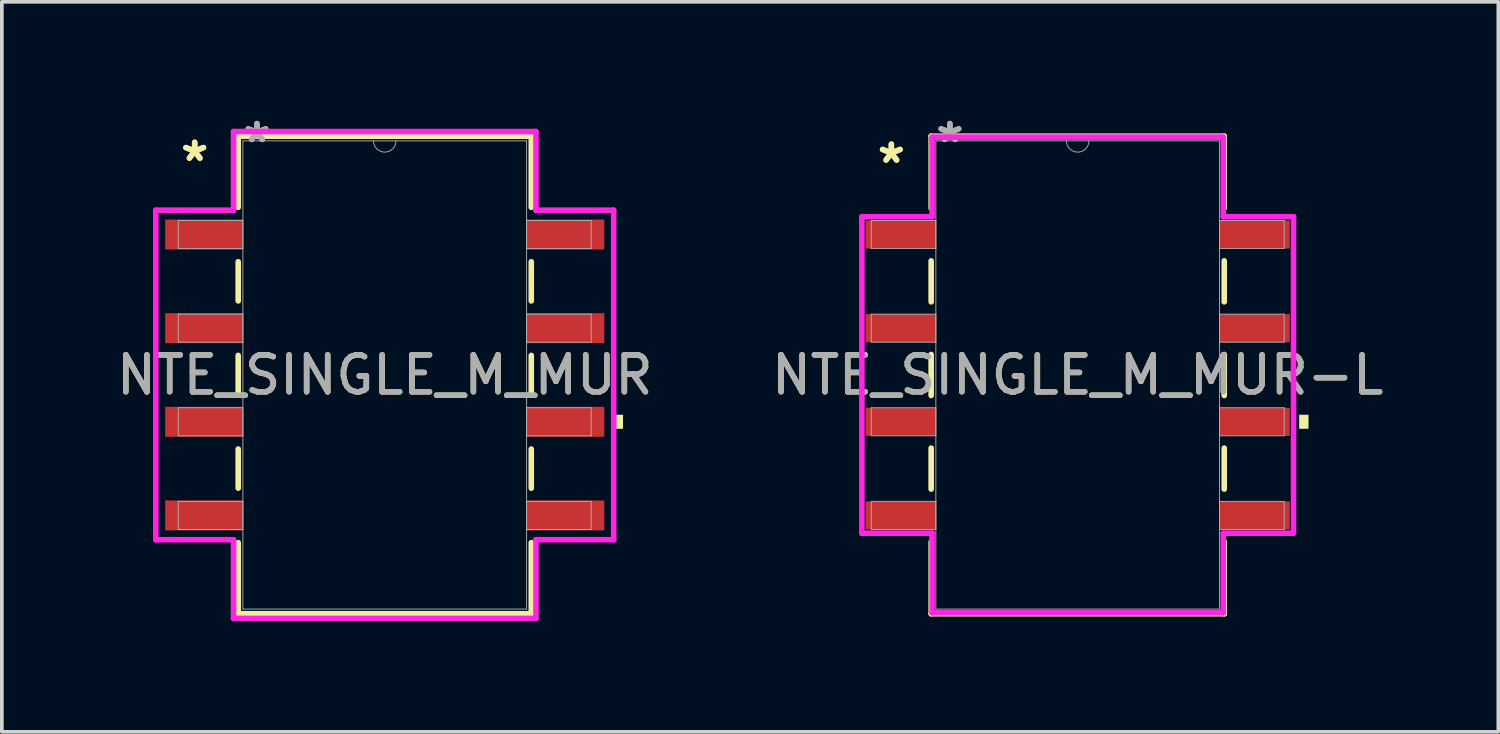
<source format=kicad_pcb>
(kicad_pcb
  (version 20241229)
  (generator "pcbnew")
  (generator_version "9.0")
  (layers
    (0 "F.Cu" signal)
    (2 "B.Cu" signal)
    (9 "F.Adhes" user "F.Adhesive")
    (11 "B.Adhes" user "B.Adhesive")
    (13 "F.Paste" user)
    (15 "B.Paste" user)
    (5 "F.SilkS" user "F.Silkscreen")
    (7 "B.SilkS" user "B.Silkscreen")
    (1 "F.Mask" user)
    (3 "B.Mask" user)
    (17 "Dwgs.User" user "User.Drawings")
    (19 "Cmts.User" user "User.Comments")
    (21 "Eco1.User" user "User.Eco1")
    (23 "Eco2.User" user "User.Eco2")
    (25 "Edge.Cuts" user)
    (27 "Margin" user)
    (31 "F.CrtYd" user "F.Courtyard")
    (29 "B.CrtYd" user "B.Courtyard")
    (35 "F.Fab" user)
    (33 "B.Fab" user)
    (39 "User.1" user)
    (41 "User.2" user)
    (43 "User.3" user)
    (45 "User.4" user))
  (footprint "NTE_SINGLE_M_MUR-L"
    (layer "F.Cu")
    (at 26.185 7.122)
    (property "Reference" "NTE_SINGLE_M_MUR-L" (at 0 0 0) (unlocked yes) (layer "F.SilkS") (effects (font (size 1 1) (thickness 0.15))))
    (attr smd)
    (fp_line (start -3.975 -6.477) (end -3.975 -4.524) (stroke (width 0.152) (type solid)) (layer "F.SilkS"))
    (fp_line (start -3.975 -3.096) (end -3.975 -1.984) (stroke (width 0.152) (type solid)) (layer "F.SilkS"))
    (fp_line (start -3.975 -0.556) (end -3.975 0.556) (stroke (width 0.152) (type solid)) (layer "F.SilkS"))
    (fp_line (start -3.975 1.984) (end -3.975 3.096) (stroke (width 0.152) (type solid)) (layer "F.SilkS"))
    (fp_line (start -3.975 4.524) (end -3.975 6.477) (stroke (width 0.152) (type solid)) (layer "F.SilkS"))
    (fp_line (start -3.975 6.477) (end 3.975 6.477) (stroke (width 0.152) (type solid)) (layer "F.SilkS"))
    (fp_line (start 3.975 -6.477) (end -3.975 -6.477) (stroke (width 0.152) (type solid)) (layer "F.SilkS"))
    (fp_line (start 3.975 -4.524) (end 3.975 -6.477) (stroke (width 0.152) (type solid)) (layer "F.SilkS"))
    (fp_line (start 3.975 -1.984) (end 3.975 -3.096) (stroke (width 0.152) (type solid)) (layer "F.SilkS"))
    (fp_line (start 3.975 0.556) (end 3.975 -0.556) (stroke (width 0.152) (type solid)) (layer "F.SilkS"))
    (fp_line (start 3.975 3.096) (end 3.975 1.984) (stroke (width 0.152) (type solid)) (layer "F.SilkS"))
    (fp_line (start 3.975 6.477) (end 3.975 4.524) (stroke (width 0.152) (type solid)) (layer "F.SilkS"))
    (fp_poly (pts (xy 6.261 1.079) (xy 6.261 1.46) (xy 6.007 1.46) (xy 6.007 1.079)) (stroke (width 0) (type solid)) (fill yes) (layer "F.SilkS"))
    (fp_line (start -5.855 -4.293) (end -3.95 -4.293) (stroke (width 0.152) (type solid)) (layer "F.CrtYd"))
    (fp_line (start -5.855 4.293) (end -5.855 -4.293) (stroke (width 0.152) (type solid)) (layer "F.CrtYd"))
    (fp_line (start -5.855 4.293) (end -3.95 4.293) (stroke (width 0.152) (type solid)) (layer "F.CrtYd"))
    (fp_line (start -3.95 -6.452) (end 3.95 -6.452) (stroke (width 0.152) (type solid)) (layer "F.CrtYd"))
    (fp_line (start -3.95 -4.293) (end -3.95 -6.452) (stroke (width 0.152) (type solid)) (layer "F.CrtYd"))
    (fp_line (start -3.95 6.452) (end -3.95 4.293) (stroke (width 0.152) (type solid)) (layer "F.CrtYd"))
    (fp_line (start 3.95 -6.452) (end 3.95 -4.293) (stroke (width 0.152) (type solid)) (layer "F.CrtYd"))
    (fp_line (start 3.95 4.293) (end 3.95 6.452) (stroke (width 0.152) (type solid)) (layer "F.CrtYd"))
    (fp_line (start 3.95 6.452) (end -3.95 6.452) (stroke (width 0.152) (type solid)) (layer "F.CrtYd"))
    (fp_line (start 5.855 -4.293) (end 3.95 -4.293) (stroke (width 0.152) (type solid)) (layer "F.CrtYd"))
    (fp_line (start 5.855 -4.293) (end 5.855 4.293) (stroke (width 0.152) (type solid)) (layer "F.CrtYd"))
    (fp_line (start 5.855 4.293) (end 3.95 4.293) (stroke (width 0.152) (type solid)) (layer "F.CrtYd"))
    (fp_line (start -5.601 -4.191) (end -5.601 -3.429) (stroke (width 0.025) (type solid)) (layer "F.Fab"))
    (fp_line (start -5.601 -3.429) (end -3.848 -3.429) (stroke (width 0.025) (type solid)) (layer "F.Fab"))
    (fp_line (start -5.601 -1.651) (end -5.601 -0.889) (stroke (width 0.025) (type solid)) (layer "F.Fab"))
    (fp_line (start -5.601 -0.889) (end -3.848 -0.889) (stroke (width 0.025) (type solid)) (layer "F.Fab"))
    (fp_line (start -5.601 0.889) (end -5.601 1.651) (stroke (width 0.025) (type solid)) (layer "F.Fab"))
    (fp_line (start -5.601 1.651) (end -3.848 1.651) (stroke (width 0.025) (type solid)) (layer "F.Fab"))
    (fp_line (start -5.601 3.429) (end -5.601 4.191) (stroke (width 0.025) (type solid)) (layer "F.Fab"))
    (fp_line (start -5.601 4.191) (end -3.848 4.191) (stroke (width 0.025) (type solid)) (layer "F.Fab"))
    (fp_line (start -3.848 -6.35) (end -3.848 6.35) (stroke (width 0.025) (type solid)) (layer "F.Fab"))
    (fp_line (start -3.848 -4.191) (end -5.601 -4.191) (stroke (width 0.025) (type solid)) (layer "F.Fab"))
    (fp_line (start -3.848 -3.429) (end -3.848 -4.191) (stroke (width 0.025) (type solid)) (layer "F.Fab"))
    (fp_line (start -3.848 -1.651) (end -5.601 -1.651) (stroke (width 0.025) (type solid)) (layer "F.Fab"))
    (fp_line (start -3.848 -0.889) (end -3.848 -1.651) (stroke (width 0.025) (type solid)) (layer "F.Fab"))
    (fp_line (start -3.848 0.889) (end -5.601 0.889) (stroke (width 0.025) (type solid)) (layer "F.Fab"))
    (fp_line (start -3.848 1.651) (end -3.848 0.889) (stroke (width 0.025) (type solid)) (layer "F.Fab"))
    (fp_line (start -3.848 3.429) (end -5.601 3.429) (stroke (width 0.025) (type solid)) (layer "F.Fab"))
    (fp_line (start -3.848 4.191) (end -3.848 3.429) (stroke (width 0.025) (type solid)) (layer "F.Fab"))
    (fp_line (start -3.848 6.35) (end 3.848 6.35) (stroke (width 0.025) (type solid)) (layer "F.Fab"))
    (fp_line (start 3.848 -6.35) (end -3.848 -6.35) (stroke (width 0.025) (type solid)) (layer "F.Fab"))
    (fp_line (start 3.848 -4.191) (end 3.848 -3.429) (stroke (width 0.025) (type solid)) (layer "F.Fab"))
    (fp_line (start 3.848 -3.429) (end 5.601 -3.429) (stroke (width 0.025) (type solid)) (layer "F.Fab"))
    (fp_line (start 3.848 -1.651) (end 3.848 -0.889) (stroke (width 0.025) (type solid)) (layer "F.Fab"))
    (fp_line (start 3.848 -0.889) (end 5.601 -0.889) (stroke (width 0.025) (type solid)) (layer "F.Fab"))
    (fp_line (start 3.848 0.889) (end 3.848 1.651) (stroke (width 0.025) (type solid)) (layer "F.Fab"))
    (fp_line (start 3.848 1.651) (end 5.601 1.651) (stroke (width 0.025) (type solid)) (layer "F.Fab"))
    (fp_line (start 3.848 3.429) (end 3.848 4.191) (stroke (width 0.025) (type solid)) (layer "F.Fab"))
    (fp_line (start 3.848 4.191) (end 5.601 4.191) (stroke (width 0.025) (type solid)) (layer "F.Fab"))
    (fp_line (start 3.848 6.35) (end 3.848 -6.35) (stroke (width 0.025) (type solid)) (layer "F.Fab"))
    (fp_line (start 5.601 -4.191) (end 3.848 -4.191) (stroke (width 0.025) (type solid)) (layer "F.Fab"))
    (fp_line (start 5.601 -3.429) (end 5.601 -4.191) (stroke (width 0.025) (type solid)) (layer "F.Fab"))
    (fp_line (start 5.601 -1.651) (end 3.848 -1.651) (stroke (width 0.025) (type solid)) (layer "F.Fab"))
    (fp_line (start 5.601 -0.889) (end 5.601 -1.651) (stroke (width 0.025) (type solid)) (layer "F.Fab"))
    (fp_line (start 5.601 0.889) (end 3.848 0.889) (stroke (width 0.025) (type solid)) (layer "F.Fab"))
    (fp_line (start 5.601 1.651) (end 5.601 0.889) (stroke (width 0.025) (type solid)) (layer "F.Fab"))
    (fp_line (start 5.601 3.429) (end 3.848 3.429) (stroke (width 0.025) (type solid)) (layer "F.Fab"))
    (fp_line (start 5.601 4.191) (end 5.601 3.429) (stroke (width 0.025) (type solid)) (layer "F.Fab"))
    (fp_arc (start 0.3048 -6.35) (mid 0 -6.0452) (end -0.3048 -6.35) (stroke (width 0.0254) (type solid)) (layer "F.Fab"))
    (fp_text user "*" (at -5.055 -5.715 0) (layer "F.SilkS") (effects (font (size 1 1) (thickness 0.15))))
    (fp_text user "*" (at -5.055 -5.715 0) (unlocked yes) (layer "F.SilkS") (effects (font (size 1 1) (thickness 0.15))))
    (fp_text user "*" (at -3.467 -6.274 0) (unlocked yes) (layer "F.Fab") (effects (font (size 1 1) (thickness 0.15))))
    (fp_text user "*" (at -3.467 -6.274 0) (layer "F.Fab") (effects (font (size 1 1) (thickness 0.15))))
    (fp_text user "${REFERENCE}" (at 0 0 0) (unlocked yes) (layer "F.Fab") (effects (font (size 1 1) (thickness 0.15))))
    (pad "1" smd rect (at -4.801 -3.81) (size 1.905 0.762) (layers "F.Cu" "F.Mask" "F.Paste"))
    (pad "3" smd rect (at -4.801 -1.27) (size 1.905 0.762) (layers "F.Cu" "F.Mask" "F.Paste"))
    (pad "5" smd rect (at -4.801 1.27) (size 1.905 0.762) (layers "F.Cu" "F.Mask" "F.Paste"))
    (pad "7" smd rect (at -4.801 3.81) (size 1.905 0.762) (layers "F.Cu" "F.Mask" "F.Paste"))
    (pad "8" smd rect (at 4.801 3.81) (size 1.905 0.762) (layers "F.Cu" "F.Mask" "F.Paste"))
    (pad "10" smd rect (at 4.801 1.27) (size 1.905 0.762) (layers "F.Cu" "F.Mask" "F.Paste"))
    (pad "12" smd rect (at 4.801 -1.27) (size 1.905 0.762) (layers "F.Cu" "F.Mask" "F.Paste"))
    (pad "14" smd rect (at 4.801 -3.81) (size 1.905 0.762) (layers "F.Cu" "F.Mask" "F.Paste")))
  (footprint "NTE_SINGLE_M_MUR"
    (layer "F.Cu")
    (at 7.387 7.122)
    (property "Reference" "NTE_SINGLE_M_MUR" (at 0 0 0) (unlocked yes) (layer "F.SilkS") (effects (font (size 1 1) (thickness 0.15))))
    (attr smd)
    (fp_line (start -3.975 -6.477) (end -3.975 -4.549) (stroke (width 0.152) (type solid)) (layer "F.SilkS"))
    (fp_line (start -3.975 -3.071) (end -3.975 -2.009) (stroke (width 0.152) (type solid)) (layer "F.SilkS"))
    (fp_line (start -3.975 -0.531) (end -3.975 0.531) (stroke (width 0.152) (type solid)) (layer "F.SilkS"))
    (fp_line (start -3.975 2.009) (end -3.975 3.071) (stroke (width 0.152) (type solid)) (layer "F.SilkS"))
    (fp_line (start -3.975 4.549) (end -3.975 6.477) (stroke (width 0.152) (type solid)) (layer "F.SilkS"))
    (fp_line (start -3.975 6.477) (end 3.975 6.477) (stroke (width 0.152) (type solid)) (layer "F.SilkS"))
    (fp_line (start 3.975 -6.477) (end -3.975 -6.477) (stroke (width 0.152) (type solid)) (layer "F.SilkS"))
    (fp_line (start 3.975 -4.549) (end 3.975 -6.477) (stroke (width 0.152) (type solid)) (layer "F.SilkS"))
    (fp_line (start 3.975 -2.009) (end 3.975 -3.071) (stroke (width 0.152) (type solid)) (layer "F.SilkS"))
    (fp_line (start 3.975 0.531) (end 3.975 -0.531) (stroke (width 0.152) (type solid)) (layer "F.SilkS"))
    (fp_line (start 3.975 3.071) (end 3.975 2.009) (stroke (width 0.152) (type solid)) (layer "F.SilkS"))
    (fp_line (start 3.975 6.477) (end 3.975 4.549) (stroke (width 0.152) (type solid)) (layer "F.SilkS"))
    (fp_poly (pts (xy 6.464 1.079) (xy 6.464 1.46) (xy 6.21 1.46) (xy 6.21 1.079)) (stroke (width 0) (type solid)) (fill yes) (layer "F.SilkS"))
    (fp_line (start -6.21 -4.47) (end -4.102 -4.47) (stroke (width 0.152) (type solid)) (layer "F.CrtYd"))
    (fp_line (start -6.21 4.47) (end -6.21 -4.47) (stroke (width 0.152) (type solid)) (layer "F.CrtYd"))
    (fp_line (start -6.21 4.47) (end -4.102 4.47) (stroke (width 0.152) (type solid)) (layer "F.CrtYd"))
    (fp_line (start -4.102 -6.604) (end 4.102 -6.604) (stroke (width 0.152) (type solid)) (layer "F.CrtYd"))
    (fp_line (start -4.102 -4.47) (end -4.102 -6.604) (stroke (width 0.152) (type solid)) (layer "F.CrtYd"))
    (fp_line (start -4.102 6.604) (end -4.102 4.47) (stroke (width 0.152) (type solid)) (layer "F.CrtYd"))
    (fp_line (start 4.102 -6.604) (end 4.102 -4.47) (stroke (width 0.152) (type solid)) (layer "F.CrtYd"))
    (fp_line (start 4.102 4.47) (end 4.102 6.604) (stroke (width 0.152) (type solid)) (layer "F.CrtYd"))
    (fp_line (start 4.102 6.604) (end -4.102 6.604) (stroke (width 0.152) (type solid)) (layer "F.CrtYd"))
    (fp_line (start 6.21 -4.47) (end 4.102 -4.47) (stroke (width 0.152) (type solid)) (layer "F.CrtYd"))
    (fp_line (start 6.21 -4.47) (end 6.21 4.47) (stroke (width 0.152) (type solid)) (layer "F.CrtYd"))
    (fp_line (start 6.21 4.47) (end 4.102 4.47) (stroke (width 0.152) (type solid)) (layer "F.CrtYd"))
    (fp_line (start -5.601 -4.191) (end -5.601 -3.429) (stroke (width 0.025) (type solid)) (layer "F.Fab"))
    (fp_line (start -5.601 -3.429) (end -3.848 -3.429) (stroke (width 0.025) (type solid)) (layer "F.Fab"))
    (fp_line (start -5.601 -1.651) (end -5.601 -0.889) (stroke (width 0.025) (type solid)) (layer "F.Fab"))
    (fp_line (start -5.601 -0.889) (end -3.848 -0.889) (stroke (width 0.025) (type solid)) (layer "F.Fab"))
    (fp_line (start -5.601 0.889) (end -5.601 1.651) (stroke (width 0.025) (type solid)) (layer "F.Fab"))
    (fp_line (start -5.601 1.651) (end -3.848 1.651) (stroke (width 0.025) (type solid)) (layer "F.Fab"))
    (fp_line (start -5.601 3.429) (end -5.601 4.191) (stroke (width 0.025) (type solid)) (layer "F.Fab"))
    (fp_line (start -5.601 4.191) (end -3.848 4.191) (stroke (width 0.025) (type solid)) (layer "F.Fab"))
    (fp_line (start -3.848 -6.35) (end -3.848 6.35) (stroke (width 0.025) (type solid)) (layer "F.Fab"))
    (fp_line (start -3.848 -4.191) (end -5.601 -4.191) (stroke (width 0.025) (type solid)) (layer "F.Fab"))
    (fp_line (start -3.848 -3.429) (end -3.848 -4.191) (stroke (width 0.025) (type solid)) (layer "F.Fab"))
    (fp_line (start -3.848 -1.651) (end -5.601 -1.651) (stroke (width 0.025) (type solid)) (layer "F.Fab"))
    (fp_line (start -3.848 -0.889) (end -3.848 -1.651) (stroke (width 0.025) (type solid)) (layer "F.Fab"))
    (fp_line (start -3.848 0.889) (end -5.601 0.889) (stroke (width 0.025) (type solid)) (layer "F.Fab"))
    (fp_line (start -3.848 1.651) (end -3.848 0.889) (stroke (width 0.025) (type solid)) (layer "F.Fab"))
    (fp_line (start -3.848 3.429) (end -5.601 3.429) (stroke (width 0.025) (type solid)) (layer "F.Fab"))
    (fp_line (start -3.848 4.191) (end -3.848 3.429) (stroke (width 0.025) (type solid)) (layer "F.Fab"))
    (fp_line (start -3.848 6.35) (end 3.848 6.35) (stroke (width 0.025) (type solid)) (layer "F.Fab"))
    (fp_line (start 3.848 -6.35) (end -3.848 -6.35) (stroke (width 0.025) (type solid)) (layer "F.Fab"))
    (fp_line (start 3.848 -4.191) (end 3.848 -3.429) (stroke (width 0.025) (type solid)) (layer "F.Fab"))
    (fp_line (start 3.848 -3.429) (end 5.601 -3.429) (stroke (width 0.025) (type solid)) (layer "F.Fab"))
    (fp_line (start 3.848 -1.651) (end 3.848 -0.889) (stroke (width 0.025) (type solid)) (layer "F.Fab"))
    (fp_line (start 3.848 -0.889) (end 5.601 -0.889) (stroke (width 0.025) (type solid)) (layer "F.Fab"))
    (fp_line (start 3.848 0.889) (end 3.848 1.651) (stroke (width 0.025) (type solid)) (layer "F.Fab"))
    (fp_line (start 3.848 1.651) (end 5.601 1.651) (stroke (width 0.025) (type solid)) (layer "F.Fab"))
    (fp_line (start 3.848 3.429) (end 3.848 4.191) (stroke (width 0.025) (type solid)) (layer "F.Fab"))
    (fp_line (start 3.848 4.191) (end 5.601 4.191) (stroke (width 0.025) (type solid)) (layer "F.Fab"))
    (fp_line (start 3.848 6.35) (end 3.848 -6.35) (stroke (width 0.025) (type solid)) (layer "F.Fab"))
    (fp_line (start 5.601 -4.191) (end 3.848 -4.191) (stroke (width 0.025) (type solid)) (layer "F.Fab"))
    (fp_line (start 5.601 -3.429) (end 5.601 -4.191) (stroke (width 0.025) (type solid)) (layer "F.Fab"))
    (fp_line (start 5.601 -1.651) (end 3.848 -1.651) (stroke (width 0.025) (type solid)) (layer "F.Fab"))
    (fp_line (start 5.601 -0.889) (end 5.601 -1.651) (stroke (width 0.025) (type solid)) (layer "F.Fab"))
    (fp_line (start 5.601 0.889) (end 3.848 0.889) (stroke (width 0.025) (type solid)) (layer "F.Fab"))
    (fp_line (start 5.601 1.651) (end 5.601 0.889) (stroke (width 0.025) (type solid)) (layer "F.Fab"))
    (fp_line (start 5.601 3.429) (end 3.848 3.429) (stroke (width 0.025) (type solid)) (layer "F.Fab"))
    (fp_line (start 5.601 4.191) (end 5.601 3.429) (stroke (width 0.025) (type solid)) (layer "F.Fab"))
    (fp_arc (start 0.3048 -6.35) (mid 0 -6.0452) (end -0.3048 -6.35) (stroke (width 0.0254) (type solid)) (layer "F.Fab"))
    (fp_text user "*" (at -5.156 -5.766 0) (layer "F.SilkS") (effects (font (size 1 1) (thickness 0.15))))
    (fp_text user "*" (at -5.156 -5.766 0) (unlocked yes) (layer "F.SilkS") (effects (font (size 1 1) (thickness 0.15))))
    (fp_text user "${REFERENCE}" (at 0 0 0) (unlocked yes) (layer "F.Fab") (effects (font (size 1 1) (thickness 0.15))))
    (fp_text user "*" (at -3.467 -6.274 0) (unlocked yes) (layer "F.Fab") (effects (font (size 1 1) (thickness 0.15))))
    (fp_text user "*" (at -3.467 -6.274 0) (layer "F.Fab") (effects (font (size 1 1) (thickness 0.15))))
    (pad "1" smd rect (at -4.902 -3.81) (size 2.108 0.813) (layers "F.Cu" "F.Mask" "F.Paste"))
    (pad "3" smd rect (at -4.902 -1.27) (size 2.108 0.813) (layers "F.Cu" "F.Mask" "F.Paste"))
    (pad "5" smd rect (at -4.902 1.27) (size 2.108 0.813) (layers "F.Cu" "F.Mask" "F.Paste"))
    (pad "7" smd rect (at -4.902 3.81) (size 2.108 0.813) (layers "F.Cu" "F.Mask" "F.Paste"))
    (pad "8" smd rect (at 4.902 3.81) (size 2.108 0.813) (layers "F.Cu" "F.Mask" "F.Paste"))
    (pad "10" smd rect (at 4.902 1.27) (size 2.108 0.813) (layers "F.Cu" "F.Mask" "F.Paste"))
    (pad "12" smd rect (at 4.902 -1.27) (size 2.108 0.813) (layers "F.Cu" "F.Mask" "F.Paste"))
    (pad "14" smd rect (at 4.902 -3.81) (size 2.108 0.813) (layers "F.Cu" "F.Mask" "F.Paste")))
  (gr_rect
    (start -3 -3)
    (end 37.595 16.802)
    (stroke (width 0.1) (type default))
    (fill no)
    (layer "Edge.Cuts")))
</source>
